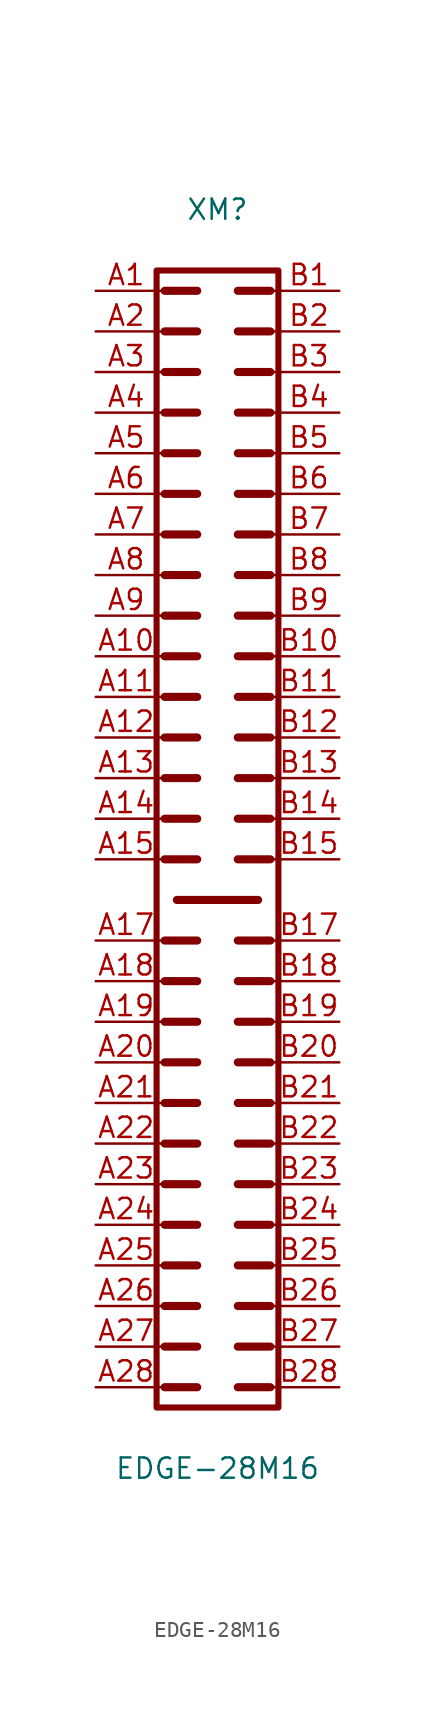
<source format=kicad_sym>
(kicad_symbol_lib
  (version 20231120)
  (generator "kicad_symbol_editor")
  (generator_version "8.0")
  (symbol "EDGE-28M16"
    (pin_names
      (offset 1.016))
    (property "Reference" "XM"
      (at 0 39.37 0)
      (effects (font (size 1.27 1.27))))
    (property "Value" "EDGE-28M16"
      (at 0 -39.37 0)
      (effects (font (size 1.27 1.27))))
    (symbol "EDGE-28M16_0_0"
      (polyline (pts (xy -2.54 -3.81) (xy 2.54 -3.81)) (stroke (width 0.508) (type default)) (fill (type none))))
    (symbol "EDGE-28M16_0_1"
      (rectangle (start -3.81 35.56) (end 3.81 -35.56) (stroke (width 0.381) (type default)) (fill (type none)))
      (polyline (pts (xy -3.81 -34.29) (xy -3.302 -34.29)) (stroke (width 0) (type default)) (fill (type none)))
      (polyline (pts (xy -3.81 -31.75) (xy -3.302 -31.75)) (stroke (width 0) (type default)) (fill (type none)))
      (polyline (pts (xy -3.81 -29.21) (xy -3.302 -29.21)) (stroke (width 0) (type default)) (fill (type none)))
      (polyline (pts (xy -3.81 -26.67) (xy -3.302 -26.67)) (stroke (width 0) (type default)) (fill (type none)))
      (polyline (pts (xy -3.81 -24.13) (xy -3.302 -24.13)) (stroke (width 0) (type default)) (fill (type none)))
      (polyline (pts (xy -3.81 -21.59) (xy -3.302 -21.59)) (stroke (width 0) (type default)) (fill (type none)))
      (polyline (pts (xy -3.81 -19.05) (xy -3.302 -19.05)) (stroke (width 0) (type default)) (fill (type none)))
      (polyline (pts (xy -3.81 -16.51) (xy -3.302 -16.51)) (stroke (width 0) (type default)) (fill (type none)))
      (polyline (pts (xy -3.81 -13.97) (xy -3.302 -13.97)) (stroke (width 0) (type default)) (fill (type none)))
      (polyline (pts (xy -3.81 -11.43) (xy -3.302 -11.43)) (stroke (width 0) (type default)) (fill (type none)))
      (polyline (pts (xy -3.81 -8.89) (xy -3.302 -8.89)) (stroke (width 0) (type default)) (fill (type none)))
      (polyline (pts (xy -3.81 -6.35) (xy -3.302 -6.35)) (stroke (width 0) (type default)) (fill (type none)))
      (polyline (pts (xy -3.81 -1.27) (xy -3.302 -1.27)) (stroke (width 0) (type default)) (fill (type none)))
      (polyline (pts (xy -3.81 1.27) (xy -3.302 1.27)) (stroke (width 0) (type default)) (fill (type none)))
      (polyline (pts (xy -3.81 3.81) (xy -3.302 3.81)) (stroke (width 0) (type default)) (fill (type none)))
      (polyline (pts (xy -3.81 6.35) (xy -3.302 6.35)) (stroke (width 0) (type default)) (fill (type none)))
      (polyline (pts (xy -3.81 8.89) (xy -3.302 8.89)) (stroke (width 0) (type default)) (fill (type none)))
      (polyline (pts (xy -3.81 11.43) (xy -3.302 11.43)) (stroke (width 0) (type default)) (fill (type none)))
      (polyline (pts (xy -3.81 13.97) (xy -3.302 13.97)) (stroke (width 0) (type default)) (fill (type none)))
      (polyline (pts (xy -3.81 16.51) (xy -3.302 16.51)) (stroke (width 0) (type default)) (fill (type none)))
      (polyline (pts (xy -3.81 19.05) (xy -3.302 19.05)) (stroke (width 0) (type default)) (fill (type none)))
      (polyline (pts (xy -3.81 21.59) (xy -3.302 21.59)) (stroke (width 0) (type default)) (fill (type none)))
      (polyline (pts (xy -3.81 24.13) (xy -3.302 24.13)) (stroke (width 0) (type default)) (fill (type none)))
      (polyline (pts (xy -3.81 26.67) (xy -3.302 26.67)) (stroke (width 0) (type default)) (fill (type none)))
      (polyline (pts (xy -3.81 29.21) (xy -3.302 29.21)) (stroke (width 0) (type default)) (fill (type none)))
      (polyline (pts (xy -3.81 31.75) (xy -3.302 31.75)) (stroke (width 0) (type default)) (fill (type none)))
      (polyline (pts (xy -3.81 34.29) (xy -3.302 34.29)) (stroke (width 0) (type default)) (fill (type none)))
      (polyline (pts (xy -3.302 -34.29) (xy -1.27 -34.29)) (stroke (width 0.508) (type default)) (fill (type none)))
      (polyline (pts (xy -3.302 -31.75) (xy -1.27 -31.75)) (stroke (width 0.508) (type default)) (fill (type none)))
      (polyline (pts (xy -3.302 -29.21) (xy -1.27 -29.21)) (stroke (width 0.508) (type default)) (fill (type none)))
      (polyline (pts (xy -3.302 -26.67) (xy -1.27 -26.67)) (stroke (width 0.508) (type default)) (fill (type none)))
      (polyline (pts (xy -3.302 -24.13) (xy -1.27 -24.13)) (stroke (width 0.508) (type default)) (fill (type none)))
      (polyline (pts (xy -3.302 -21.59) (xy -1.27 -21.59)) (stroke (width 0.508) (type default)) (fill (type none)))
      (polyline (pts (xy -3.302 -19.05) (xy -1.27 -19.05)) (stroke (width 0.508) (type default)) (fill (type none)))
      (polyline (pts (xy -3.302 -16.51) (xy -1.27 -16.51)) (stroke (width 0.508) (type default)) (fill (type none)))
      (polyline (pts (xy -3.302 -13.97) (xy -1.27 -13.97)) (stroke (width 0.508) (type default)) (fill (type none)))
      (polyline (pts (xy -3.302 -11.43) (xy -1.27 -11.43)) (stroke (width 0.508) (type default)) (fill (type none)))
      (polyline (pts (xy -3.302 -8.89) (xy -1.27 -8.89)) (stroke (width 0.508) (type default)) (fill (type none)))
      (polyline (pts (xy -3.302 -6.35) (xy -1.27 -6.35)) (stroke (width 0.508) (type default)) (fill (type none)))
      (polyline (pts (xy -3.302 -1.27) (xy -1.27 -1.27)) (stroke (width 0.508) (type default)) (fill (type none)))
      (polyline (pts (xy -3.302 1.27) (xy -1.27 1.27)) (stroke (width 0.508) (type default)) (fill (type none)))
      (polyline (pts (xy -3.302 3.81) (xy -1.27 3.81)) (stroke (width 0.508) (type default)) (fill (type none)))
      (polyline (pts (xy -3.302 6.35) (xy -1.27 6.35)) (stroke (width 0.508) (type default)) (fill (type none)))
      (polyline (pts (xy -3.302 8.89) (xy -1.27 8.89)) (stroke (width 0.508) (type default)) (fill (type none)))
      (polyline (pts (xy -3.302 11.43) (xy -1.27 11.43)) (stroke (width 0.508) (type default)) (fill (type none)))
      (polyline (pts (xy -3.302 13.97) (xy -1.27 13.97)) (stroke (width 0.508) (type default)) (fill (type none)))
      (polyline (pts (xy -3.302 16.51) (xy -1.27 16.51)) (stroke (width 0.508) (type default)) (fill (type none)))
      (polyline (pts (xy -3.302 19.05) (xy -1.27 19.05)) (stroke (width 0.508) (type default)) (fill (type none)))
      (polyline (pts (xy -3.302 21.59) (xy -1.27 21.59)) (stroke (width 0.508) (type default)) (fill (type none)))
      (polyline (pts (xy -3.302 24.13) (xy -1.27 24.13)) (stroke (width 0.508) (type default)) (fill (type none)))
      (polyline (pts (xy -3.302 26.67) (xy -1.27 26.67)) (stroke (width 0.508) (type default)) (fill (type none)))
      (polyline (pts (xy -3.302 29.21) (xy -1.27 29.21)) (stroke (width 0.508) (type default)) (fill (type none)))
      (polyline (pts (xy -3.302 31.75) (xy -1.27 31.75)) (stroke (width 0.508) (type default)) (fill (type none)))
      (polyline (pts (xy -3.302 34.29) (xy -1.27 34.29)) (stroke (width 0.508) (type default)) (fill (type none)))
      (polyline (pts (xy 3.302 -34.29) (xy 1.27 -34.29)) (stroke (width 0.508) (type default)) (fill (type none)))
      (polyline (pts (xy 3.302 -31.75) (xy 1.27 -31.75)) (stroke (width 0.508) (type default)) (fill (type none)))
      (polyline (pts (xy 3.302 -29.21) (xy 1.27 -29.21)) (stroke (width 0.508) (type default)) (fill (type none)))
      (polyline (pts (xy 3.302 -26.67) (xy 1.27 -26.67)) (stroke (width 0.508) (type default)) (fill (type none)))
      (polyline (pts (xy 3.302 -24.13) (xy 1.27 -24.13)) (stroke (width 0.508) (type default)) (fill (type none)))
      (polyline (pts (xy 3.302 -21.59) (xy 1.27 -21.59)) (stroke (width 0.508) (type default)) (fill (type none)))
      (polyline (pts (xy 3.302 -19.05) (xy 1.27 -19.05)) (stroke (width 0.508) (type default)) (fill (type none)))
      (polyline (pts (xy 3.302 -16.51) (xy 1.27 -16.51)) (stroke (width 0.508) (type default)) (fill (type none)))
      (polyline (pts (xy 3.302 -13.97) (xy 1.27 -13.97)) (stroke (width 0.508) (type default)) (fill (type none)))
      (polyline (pts (xy 3.302 -11.43) (xy 1.27 -11.43)) (stroke (width 0.508) (type default)) (fill (type none)))
      (polyline (pts (xy 3.302 -8.89) (xy 1.27 -8.89)) (stroke (width 0.508) (type default)) (fill (type none)))
      (polyline (pts (xy 3.302 -6.35) (xy 1.27 -6.35)) (stroke (width 0.508) (type default)) (fill (type none)))
      (polyline (pts (xy 3.302 -1.27) (xy 1.27 -1.27)) (stroke (width 0.508) (type default)) (fill (type none)))
      (polyline (pts (xy 3.302 1.27) (xy 1.27 1.27)) (stroke (width 0.508) (type default)) (fill (type none)))
      (polyline (pts (xy 3.302 3.81) (xy 1.27 3.81)) (stroke (width 0.508) (type default)) (fill (type none)))
      (polyline (pts (xy 3.302 6.35) (xy 1.27 6.35)) (stroke (width 0.508) (type default)) (fill (type none)))
      (polyline (pts (xy 3.302 8.89) (xy 1.27 8.89)) (stroke (width 0.508) (type default)) (fill (type none)))
      (polyline (pts (xy 3.302 11.43) (xy 1.27 11.43)) (stroke (width 0.508) (type default)) (fill (type none)))
      (polyline (pts (xy 3.302 13.97) (xy 1.27 13.97)) (stroke (width 0.508) (type default)) (fill (type none)))
      (polyline (pts (xy 3.302 16.51) (xy 1.27 16.51)) (stroke (width 0.508) (type default)) (fill (type none)))
      (polyline (pts (xy 3.302 19.05) (xy 1.27 19.05)) (stroke (width 0.508) (type default)) (fill (type none)))
      (polyline (pts (xy 3.302 21.59) (xy 1.27 21.59)) (stroke (width 0.508) (type default)) (fill (type none)))
      (polyline (pts (xy 3.302 24.13) (xy 1.27 24.13)) (stroke (width 0.508) (type default)) (fill (type none)))
      (polyline (pts (xy 3.302 26.67) (xy 1.27 26.67)) (stroke (width 0.508) (type default)) (fill (type none)))
      (polyline (pts (xy 3.302 29.21) (xy 1.27 29.21)) (stroke (width 0.508) (type default)) (fill (type none)))
      (polyline (pts (xy 3.302 31.75) (xy 1.27 31.75)) (stroke (width 0.508) (type default)) (fill (type none)))
      (polyline (pts (xy 3.302 34.29) (xy 1.27 34.29)) (stroke (width 0.508) (type default)) (fill (type none)))
      (polyline (pts (xy 3.81 -34.29) (xy 3.302 -34.29)) (stroke (width 0) (type default)) (fill (type none)))
      (polyline (pts (xy 3.81 -31.75) (xy 3.302 -31.75)) (stroke (width 0) (type default)) (fill (type none)))
      (polyline (pts (xy 3.81 -29.21) (xy 3.302 -29.21)) (stroke (width 0) (type default)) (fill (type none)))
      (polyline (pts (xy 3.81 -26.67) (xy 3.302 -26.67)) (stroke (width 0) (type default)) (fill (type none)))
      (polyline (pts (xy 3.81 -24.13) (xy 3.302 -24.13)) (stroke (width 0) (type default)) (fill (type none)))
      (polyline (pts (xy 3.81 -21.59) (xy 3.302 -21.59)) (stroke (width 0) (type default)) (fill (type none)))
      (polyline (pts (xy 3.81 -19.05) (xy 3.302 -19.05)) (stroke (width 0) (type default)) (fill (type none)))
      (polyline (pts (xy 3.81 -16.51) (xy 3.302 -16.51)) (stroke (width 0) (type default)) (fill (type none)))
      (polyline (pts (xy 3.81 -13.97) (xy 3.302 -13.97)) (stroke (width 0) (type default)) (fill (type none)))
      (polyline (pts (xy 3.81 -11.43) (xy 3.302 -11.43)) (stroke (width 0) (type default)) (fill (type none)))
      (polyline (pts (xy 3.81 -8.89) (xy 3.302 -8.89)) (stroke (width 0) (type default)) (fill (type none)))
      (polyline (pts (xy 3.81 -6.35) (xy 3.302 -6.35)) (stroke (width 0) (type default)) (fill (type none)))
      (polyline (pts (xy 3.81 -1.27) (xy 3.302 -1.27)) (stroke (width 0) (type default)) (fill (type none)))
      (polyline (pts (xy 3.81 1.27) (xy 3.302 1.27)) (stroke (width 0) (type default)) (fill (type none)))
      (polyline (pts (xy 3.81 3.81) (xy 3.302 3.81)) (stroke (width 0) (type default)) (fill (type none)))
      (polyline (pts (xy 3.81 6.35) (xy 3.302 6.35)) (stroke (width 0) (type default)) (fill (type none)))
      (polyline (pts (xy 3.81 8.89) (xy 3.302 8.89)) (stroke (width 0) (type default)) (fill (type none)))
      (polyline (pts (xy 3.81 11.43) (xy 3.302 11.43)) (stroke (width 0) (type default)) (fill (type none)))
      (polyline (pts (xy 3.81 13.97) (xy 3.302 13.97)) (stroke (width 0) (type default)) (fill (type none)))
      (polyline (pts (xy 3.81 16.51) (xy 3.302 16.51)) (stroke (width 0) (type default)) (fill (type none)))
      (polyline (pts (xy 3.81 19.05) (xy 3.302 19.05)) (stroke (width 0) (type default)) (fill (type none)))
      (polyline (pts (xy 3.81 21.59) (xy 3.302 21.59)) (stroke (width 0) (type default)) (fill (type none)))
      (polyline (pts (xy 3.81 24.13) (xy 3.302 24.13)) (stroke (width 0) (type default)) (fill (type none)))
      (polyline (pts (xy 3.81 26.67) (xy 3.302 26.67)) (stroke (width 0) (type default)) (fill (type none)))
      (polyline (pts (xy 3.81 29.21) (xy 3.302 29.21)) (stroke (width 0) (type default)) (fill (type none)))
      (polyline (pts (xy 3.81 31.75) (xy 3.302 31.75)) (stroke (width 0) (type default)) (fill (type none)))
      (polyline (pts (xy 3.81 34.29) (xy 3.302 34.29)) (stroke (width 0) (type default)) (fill (type none))))
    (symbol "EDGE-28M16_1_1"
      (pin passive line (at -7.62 34.29 0) (length 3.81) (name "~" (effects (font (size 1.27 1.27)))) (number "A1" (effects (font (size 1.27 1.27)))))
      (pin passive line (at -7.62 11.43 0) (length 3.81) (name "~" (effects (font (size 1.27 1.27)))) (number "A10" (effects (font (size 1.27 1.27)))))
      (pin passive line (at -7.62 8.89 0) (length 3.81) (name "~" (effects (font (size 1.27 1.27)))) (number "A11" (effects (font (size 1.27 1.27)))))
      (pin passive line (at -7.62 6.35 0) (length 3.81) (name "~" (effects (font (size 1.27 1.27)))) (number "A12" (effects (font (size 1.27 1.27)))))
      (pin passive line (at -7.62 3.81 0) (length 3.81) (name "~" (effects (font (size 1.27 1.27)))) (number "A13" (effects (font (size 1.27 1.27)))))
      (pin passive line (at -7.62 1.27 0) (length 3.81) (name "~" (effects (font (size 1.27 1.27)))) (number "A14" (effects (font (size 1.27 1.27)))))
      (pin passive line (at -7.62 -1.27 0) (length 3.81) (name "~" (effects (font (size 1.27 1.27)))) (number "A15" (effects (font (size 1.27 1.27)))))
      (pin passive line (at -7.62 -6.35 0) (length 3.81) (name "~" (effects (font (size 1.27 1.27)))) (number "A17" (effects (font (size 1.27 1.27)))))
      (pin passive line (at -7.62 -8.89 0) (length 3.81) (name "~" (effects (font (size 1.27 1.27)))) (number "A18" (effects (font (size 1.27 1.27)))))
      (pin passive line (at -7.62 -11.43 0) (length 3.81) (name "~" (effects (font (size 1.27 1.27)))) (number "A19" (effects (font (size 1.27 1.27)))))
      (pin passive line (at -7.62 31.75 0) (length 3.81) (name "~" (effects (font (size 1.27 1.27)))) (number "A2" (effects (font (size 1.27 1.27)))))
      (pin passive line (at -7.62 -13.97 0) (length 3.81) (name "~" (effects (font (size 1.27 1.27)))) (number "A20" (effects (font (size 1.27 1.27)))))
      (pin passive line (at -7.62 -16.51 0) (length 3.81) (name "~" (effects (font (size 1.27 1.27)))) (number "A21" (effects (font (size 1.27 1.27)))))
      (pin passive line (at -7.62 -19.05 0) (length 3.81) (name "~" (effects (font (size 1.27 1.27)))) (number "A22" (effects (font (size 1.27 1.27)))))
      (pin passive line (at -7.62 -21.59 0) (length 3.81) (name "~" (effects (font (size 1.27 1.27)))) (number "A23" (effects (font (size 1.27 1.27)))))
      (pin passive line (at -7.62 -24.13 0) (length 3.81) (name "~" (effects (font (size 1.27 1.27)))) (number "A24" (effects (font (size 1.27 1.27)))))
      (pin passive line (at -7.62 -26.67 0) (length 3.81) (name "~" (effects (font (size 1.27 1.27)))) (number "A25" (effects (font (size 1.27 1.27)))))
      (pin passive line (at -7.62 -29.21 0) (length 3.81) (name "~" (effects (font (size 1.27 1.27)))) (number "A26" (effects (font (size 1.27 1.27)))))
      (pin passive line (at -7.62 -31.75 0) (length 3.81) (name "~" (effects (font (size 1.27 1.27)))) (number "A27" (effects (font (size 1.27 1.27)))))
      (pin passive line (at -7.62 -34.29 0) (length 3.81) (name "~" (effects (font (size 1.27 1.27)))) (number "A28" (effects (font (size 1.27 1.27)))))
      (pin passive line (at -7.62 29.21 0) (length 3.81) (name "~" (effects (font (size 1.27 1.27)))) (number "A3" (effects (font (size 1.27 1.27)))))
      (pin passive line (at -7.62 26.67 0) (length 3.81) (name "~" (effects (font (size 1.27 1.27)))) (number "A4" (effects (font (size 1.27 1.27)))))
      (pin passive line (at -7.62 24.13 0) (length 3.81) (name "~" (effects (font (size 1.27 1.27)))) (number "A5" (effects (font (size 1.27 1.27)))))
      (pin passive line (at -7.62 21.59 0) (length 3.81) (name "~" (effects (font (size 1.27 1.27)))) (number "A6" (effects (font (size 1.27 1.27)))))
      (pin passive line (at -7.62 19.05 0) (length 3.81) (name "~" (effects (font (size 1.27 1.27)))) (number "A7" (effects (font (size 1.27 1.27)))))
      (pin passive line (at -7.62 16.51 0) (length 3.81) (name "~" (effects (font (size 1.27 1.27)))) (number "A8" (effects (font (size 1.27 1.27)))))
      (pin passive line (at -7.62 13.97 0) (length 3.81) (name "~" (effects (font (size 1.27 1.27)))) (number "A9" (effects (font (size 1.27 1.27)))))
      (pin passive line (at 7.62 34.29 180) (length 3.81) (name "~" (effects (font (size 1.27 1.27)))) (number "B1" (effects (font (size 1.27 1.27)))))
      (pin passive line (at 7.62 11.43 180) (length 3.81) (name "~" (effects (font (size 1.27 1.27)))) (number "B10" (effects (font (size 1.27 1.27)))))
      (pin passive line (at 7.62 8.89 180) (length 3.81) (name "~" (effects (font (size 1.27 1.27)))) (number "B11" (effects (font (size 1.27 1.27)))))
      (pin passive line (at 7.62 6.35 180) (length 3.81) (name "~" (effects (font (size 1.27 1.27)))) (number "B12" (effects (font (size 1.27 1.27)))))
      (pin passive line (at 7.62 3.81 180) (length 3.81) (name "~" (effects (font (size 1.27 1.27)))) (number "B13" (effects (font (size 1.27 1.27)))))
      (pin passive line (at 7.62 1.27 180) (length 3.81) (name "~" (effects (font (size 1.27 1.27)))) (number "B14" (effects (font (size 1.27 1.27)))))
      (pin passive line (at 7.62 -1.27 180) (length 3.81) (name "~" (effects (font (size 1.27 1.27)))) (number "B15" (effects (font (size 1.27 1.27)))))
      (pin passive line (at 7.62 -6.35 180) (length 3.81) (name "~" (effects (font (size 1.27 1.27)))) (number "B17" (effects (font (size 1.27 1.27)))))
      (pin passive line (at 7.62 -8.89 180) (length 3.81) (name "~" (effects (font (size 1.27 1.27)))) (number "B18" (effects (font (size 1.27 1.27)))))
      (pin passive line (at 7.62 -11.43 180) (length 3.81) (name "~" (effects (font (size 1.27 1.27)))) (number "B19" (effects (font (size 1.27 1.27)))))
      (pin passive line (at 7.62 31.75 180) (length 3.81) (name "~" (effects (font (size 1.27 1.27)))) (number "B2" (effects (font (size 1.27 1.27)))))
      (pin passive line (at 7.62 -13.97 180) (length 3.81) (name "~" (effects (font (size 1.27 1.27)))) (number "B20" (effects (font (size 1.27 1.27)))))
      (pin passive line (at 7.62 -16.51 180) (length 3.81) (name "~" (effects (font (size 1.27 1.27)))) (number "B21" (effects (font (size 1.27 1.27)))))
      (pin passive line (at 7.62 -19.05 180) (length 3.81) (name "~" (effects (font (size 1.27 1.27)))) (number "B22" (effects (font (size 1.27 1.27)))))
      (pin passive line (at 7.62 -21.59 180) (length 3.81) (name "~" (effects (font (size 1.27 1.27)))) (number "B23" (effects (font (size 1.27 1.27)))))
      (pin passive line (at 7.62 -24.13 180) (length 3.81) (name "~" (effects (font (size 1.27 1.27)))) (number "B24" (effects (font (size 1.27 1.27)))))
      (pin passive line (at 7.62 -26.67 180) (length 3.81) (name "~" (effects (font (size 1.27 1.27)))) (number "B25" (effects (font (size 1.27 1.27)))))
      (pin passive line (at 7.62 -29.21 180) (length 3.81) (name "~" (effects (font (size 1.27 1.27)))) (number "B26" (effects (font (size 1.27 1.27)))))
      (pin passive line (at 7.62 -31.75 180) (length 3.81) (name "~" (effects (font (size 1.27 1.27)))) (number "B27" (effects (font (size 1.27 1.27)))))
      (pin passive line (at 7.62 -34.29 180) (length 3.81) (name "~" (effects (font (size 1.27 1.27)))) (number "B28" (effects (font (size 1.27 1.27)))))
      (pin passive line (at 7.62 29.21 180) (length 3.81) (name "~" (effects (font (size 1.27 1.27)))) (number "B3" (effects (font (size 1.27 1.27)))))
      (pin passive line (at 7.62 26.67 180) (length 3.81) (name "~" (effects (font (size 1.27 1.27)))) (number "B4" (effects (font (size 1.27 1.27)))))
      (pin passive line (at 7.62 24.13 180) (length 3.81) (name "~" (effects (font (size 1.27 1.27)))) (number "B5" (effects (font (size 1.27 1.27)))))
      (pin passive line (at 7.62 21.59 180) (length 3.81) (name "~" (effects (font (size 1.27 1.27)))) (number "B6" (effects (font (size 1.27 1.27)))))
      (pin passive line (at 7.62 19.05 180) (length 3.81) (name "~" (effects (font (size 1.27 1.27)))) (number "B7" (effects (font (size 1.27 1.27)))))
      (pin passive line (at 7.62 16.51 180) (length 3.81) (name "~" (effects (font (size 1.27 1.27)))) (number "B8" (effects (font (size 1.27 1.27)))))
      (pin passive line (at 7.62 13.97 180) (length 3.81) (name "~" (effects (font (size 1.27 1.27)))) (number "B9" (effects (font (size 1.27 1.27))))))))
</source>
